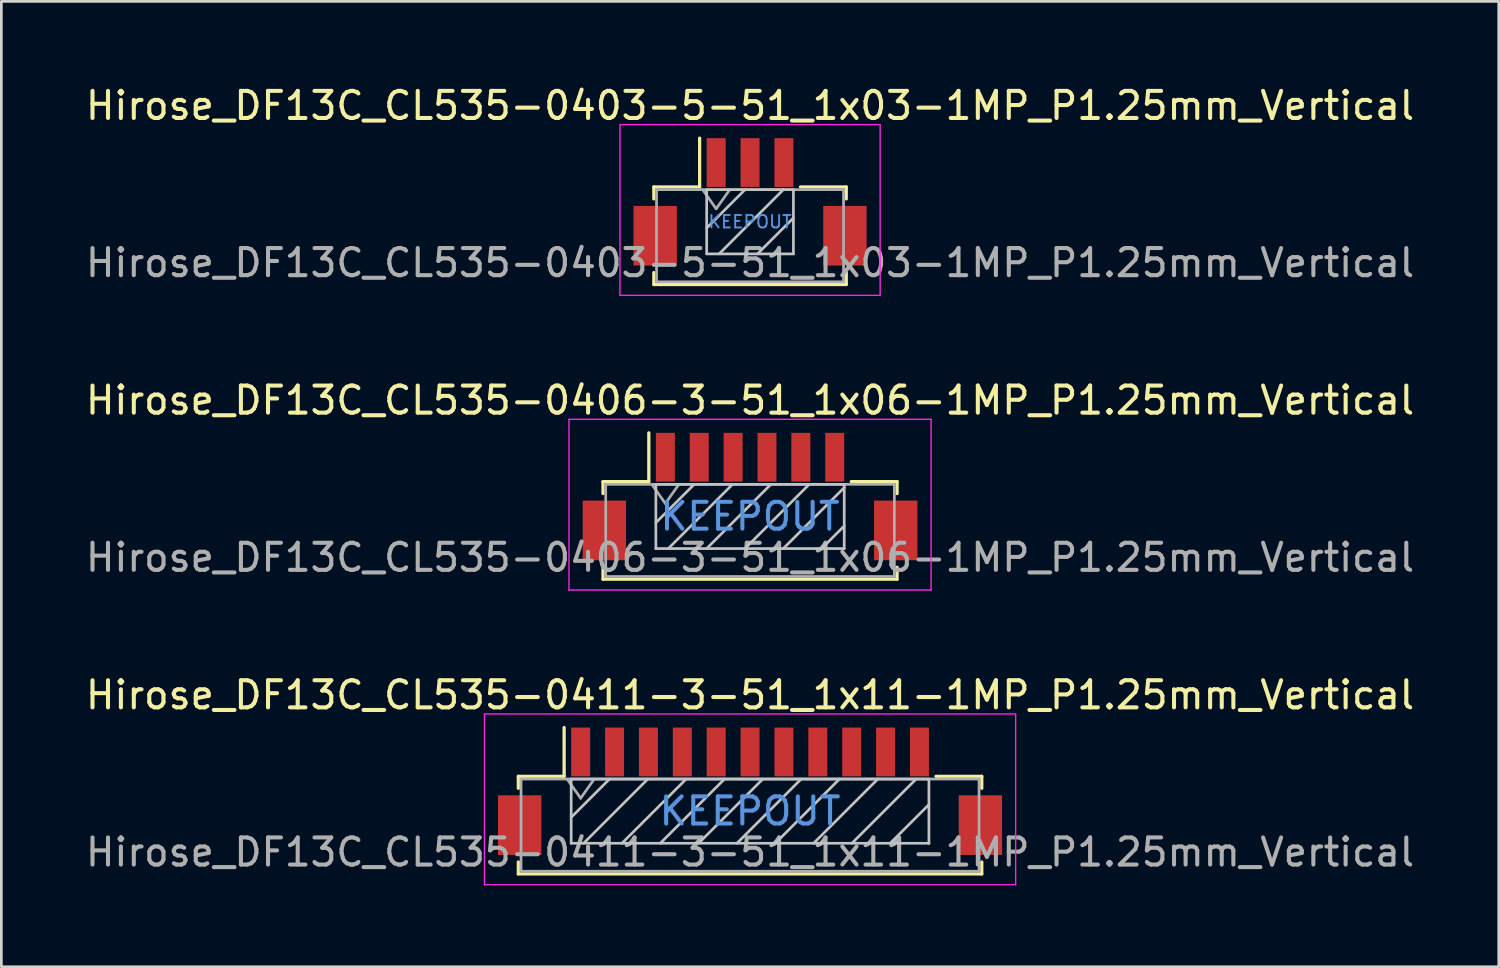
<source format=kicad_pcb>
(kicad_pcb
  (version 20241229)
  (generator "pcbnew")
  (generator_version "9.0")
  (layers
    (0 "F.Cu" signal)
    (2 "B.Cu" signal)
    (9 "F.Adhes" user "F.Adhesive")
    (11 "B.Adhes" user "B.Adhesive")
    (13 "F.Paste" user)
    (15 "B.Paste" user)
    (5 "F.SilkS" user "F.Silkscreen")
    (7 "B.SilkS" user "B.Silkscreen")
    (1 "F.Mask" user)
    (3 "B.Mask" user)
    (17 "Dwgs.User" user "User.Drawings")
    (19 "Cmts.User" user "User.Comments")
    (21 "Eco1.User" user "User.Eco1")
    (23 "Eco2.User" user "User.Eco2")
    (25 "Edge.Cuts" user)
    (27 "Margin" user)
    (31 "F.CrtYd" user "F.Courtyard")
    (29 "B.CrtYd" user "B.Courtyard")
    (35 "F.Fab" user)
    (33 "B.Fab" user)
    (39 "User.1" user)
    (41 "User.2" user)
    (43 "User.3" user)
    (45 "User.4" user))
  (footprint "Hirose_DF13C_CL535-0403-5-51_1x03-1MP_P1.25mm_Vertical"
    (layer "F.Cu")
    (at 24.625 4.398)
    (property "Reference" "Hirose_DF13C_CL535-0403-5-51_1x03-1MP_P1.25mm_Vertical" (at 0 -3.55 0) (layer "F.SilkS") (effects (font (size 1 1) (thickness 0.15))))
    (attr smd)
    (fp_line (start -3.55 -0.55) (end -3.55 -0.11) (stroke (width 0.12) (type solid)) (layer "F.SilkS"))
    (fp_line (start -3.55 2.61) (end -3.55 3.05) (stroke (width 0.12) (type solid)) (layer "F.SilkS"))
    (fp_line (start -3.55 3.05) (end 3.55 3.05) (stroke (width 0.12) (type solid)) (layer "F.SilkS"))
    (fp_line (start -1.86 -0.55) (end -3.55 -0.55) (stroke (width 0.12) (type solid)) (layer "F.SilkS"))
    (fp_line (start -1.86 -0.55) (end -1.86 -2.35) (stroke (width 0.12) (type solid)) (layer "F.SilkS"))
    (fp_line (start 1.86 -0.55) (end 3.55 -0.55) (stroke (width 0.12) (type solid)) (layer "F.SilkS"))
    (fp_line (start 3.55 -0.55) (end 3.55 -0.11) (stroke (width 0.12) (type solid)) (layer "F.SilkS"))
    (fp_line (start 3.55 3.05) (end 3.55 2.61) (stroke (width 0.12) (type solid)) (layer "F.SilkS"))
    (fp_line (start -1.6 -0.45) (end -1.6 1.92) (stroke (width 0.1) (type solid)) (layer "Dwgs.User"))
    (fp_line (start -1.6 1.92) (end 1.6 1.92) (stroke (width 0.1) (type solid)) (layer "Dwgs.User"))
    (fp_line (start -0.186 -0.45) (end -1.6 0.964) (stroke (width 0.1) (type solid)) (layer "Dwgs.User"))
    (fp_line (start 1.228 -0.45) (end -1.142 1.92) (stroke (width 0.1) (type solid)) (layer "Dwgs.User"))
    (fp_line (start 1.6 -0.45) (end -1.6 -0.45) (stroke (width 0.1) (type solid)) (layer "Dwgs.User"))
    (fp_line (start 1.6 0.593) (end 0.273 1.92) (stroke (width 0.1) (type solid)) (layer "Dwgs.User"))
    (fp_line (start 1.6 1.92) (end 1.6 -0.45) (stroke (width 0.1) (type solid)) (layer "Dwgs.User"))
    (fp_line (start -4.8 -2.85) (end -4.8 3.45) (stroke (width 0.05) (type solid)) (layer "F.CrtYd"))
    (fp_line (start -4.8 3.45) (end 4.8 3.45) (stroke (width 0.05) (type solid)) (layer "F.CrtYd"))
    (fp_line (start 4.8 -2.85) (end -4.8 -2.85) (stroke (width 0.05) (type solid)) (layer "F.CrtYd"))
    (fp_line (start 4.8 3.45) (end 4.8 -2.85) (stroke (width 0.05) (type solid)) (layer "F.CrtYd"))
    (fp_line (start -3.45 -0.45) (end -3.45 2.95) (stroke (width 0.1) (type solid)) (layer "F.Fab"))
    (fp_line (start -3.45 2.95) (end 3.45 2.95) (stroke (width 0.1) (type solid)) (layer "F.Fab"))
    (fp_line (start -1.75 -0.45) (end -1.25 0.257) (stroke (width 0.1) (type solid)) (layer "F.Fab"))
    (fp_line (start -1.25 0.257) (end -0.75 -0.45) (stroke (width 0.1) (type solid)) (layer "F.Fab"))
    (fp_line (start 3.45 -0.45) (end -3.45 -0.45) (stroke (width 0.1) (type solid)) (layer "F.Fab"))
    (fp_line (start 3.45 2.95) (end 3.45 -0.45) (stroke (width 0.1) (type solid)) (layer "F.Fab"))
    (fp_text user "KEEPOUT" (at 0 0.735 0) (layer "Cmts.User") (effects (font (size 0.46 0.46) (thickness 0.069))))
    (fp_text user "${REFERENCE}" (at 0 2.25 0) (layer "F.Fab") (effects (font (size 1 1) (thickness 0.15))))
    (pad "1" smd rect (at -1.25 -1.45) (size 0.7 1.8) (layers "F.Cu" "F.Mask" "F.Paste"))
    (pad "2" smd rect (at 0 -1.45) (size 0.7 1.8) (layers "F.Cu" "F.Mask" "F.Paste"))
    (pad "3" smd rect (at 1.25 -1.45) (size 0.7 1.8) (layers "F.Cu" "F.Mask" "F.Paste"))
    (pad "MP" smd rect (at -3.5 1.25) (size 1.6 2.2) (layers "F.Cu" "F.Mask" "F.Paste"))
    (pad "MP" smd rect (at 3.5 1.25) (size 1.6 2.2) (layers "F.Cu" "F.Mask" "F.Paste")))
  (footprint "Hirose_DF13C_CL535-0406-3-51_1x06-1MP_P1.25mm_Vertical"
    (layer "F.Cu")
    (at 24.625 15.271)
    (property "Reference" "Hirose_DF13C_CL535-0406-3-51_1x06-1MP_P1.25mm_Vertical" (at 0 -3.55 0) (layer "F.SilkS") (effects (font (size 1 1) (thickness 0.15))))
    (attr smd)
    (fp_line (start -5.425 -0.55) (end -5.425 -0.11) (stroke (width 0.12) (type solid)) (layer "F.SilkS"))
    (fp_line (start -5.425 2.61) (end -5.425 3.05) (stroke (width 0.12) (type solid)) (layer "F.SilkS"))
    (fp_line (start -5.425 3.05) (end 5.425 3.05) (stroke (width 0.12) (type solid)) (layer "F.SilkS"))
    (fp_line (start -3.735 -0.55) (end -5.425 -0.55) (stroke (width 0.12) (type solid)) (layer "F.SilkS"))
    (fp_line (start -3.735 -0.55) (end -3.735 -2.35) (stroke (width 0.12) (type solid)) (layer "F.SilkS"))
    (fp_line (start 3.735 -0.55) (end 5.425 -0.55) (stroke (width 0.12) (type solid)) (layer "F.SilkS"))
    (fp_line (start 5.425 -0.55) (end 5.425 -0.11) (stroke (width 0.12) (type solid)) (layer "F.SilkS"))
    (fp_line (start 5.425 3.05) (end 5.425 2.61) (stroke (width 0.12) (type solid)) (layer "F.SilkS"))
    (fp_line (start -3.475 -0.45) (end -3.475 1.92) (stroke (width 0.1) (type solid)) (layer "Dwgs.User"))
    (fp_line (start -3.475 1.92) (end 3.475 1.92) (stroke (width 0.1) (type solid)) (layer "Dwgs.User"))
    (fp_line (start -2.061 -0.45) (end -3.475 0.964) (stroke (width 0.1) (type solid)) (layer "Dwgs.User"))
    (fp_line (start -0.647 -0.45) (end -3.017 1.92) (stroke (width 0.1) (type solid)) (layer "Dwgs.User"))
    (fp_line (start 0.768 -0.45) (end -1.602 1.92) (stroke (width 0.1) (type solid)) (layer "Dwgs.User"))
    (fp_line (start 2.182 -0.45) (end -0.188 1.92) (stroke (width 0.1) (type solid)) (layer "Dwgs.User"))
    (fp_line (start 3.475 -0.45) (end -3.475 -0.45) (stroke (width 0.1) (type solid)) (layer "Dwgs.User"))
    (fp_line (start 3.475 -0.329) (end 1.226 1.92) (stroke (width 0.1) (type solid)) (layer "Dwgs.User"))
    (fp_line (start 3.475 1.085) (end 2.64 1.92) (stroke (width 0.1) (type solid)) (layer "Dwgs.User"))
    (fp_line (start 3.475 1.92) (end 3.475 -0.45) (stroke (width 0.1) (type solid)) (layer "Dwgs.User"))
    (fp_line (start -6.68 -2.85) (end -6.68 3.45) (stroke (width 0.05) (type solid)) (layer "F.CrtYd"))
    (fp_line (start -6.68 3.45) (end 6.68 3.45) (stroke (width 0.05) (type solid)) (layer "F.CrtYd"))
    (fp_line (start 6.68 -2.85) (end -6.68 -2.85) (stroke (width 0.05) (type solid)) (layer "F.CrtYd"))
    (fp_line (start 6.68 3.45) (end 6.68 -2.85) (stroke (width 0.05) (type solid)) (layer "F.CrtYd"))
    (fp_line (start -5.325 -0.45) (end -5.325 2.95) (stroke (width 0.1) (type solid)) (layer "F.Fab"))
    (fp_line (start -5.325 2.95) (end 5.325 2.95) (stroke (width 0.1) (type solid)) (layer "F.Fab"))
    (fp_line (start -3.625 -0.45) (end -3.125 0.257) (stroke (width 0.1) (type solid)) (layer "F.Fab"))
    (fp_line (start -3.125 0.257) (end -2.625 -0.45) (stroke (width 0.1) (type solid)) (layer "F.Fab"))
    (fp_line (start 5.325 -0.45) (end -5.325 -0.45) (stroke (width 0.1) (type solid)) (layer "F.Fab"))
    (fp_line (start 5.325 2.95) (end 5.325 -0.45) (stroke (width 0.1) (type solid)) (layer "F.Fab"))
    (fp_text user "KEEPOUT" (at 0 0.735 0) (layer "Cmts.User") (effects (font (size 0.99 0.99) (thickness 0.148))))
    (fp_text user "${REFERENCE}" (at 0 2.25 0) (layer "F.Fab") (effects (font (size 1 1) (thickness 0.15))))
    (pad "1" smd rect (at -3.125 -1.45) (size 0.7 1.8) (layers "F.Cu" "F.Mask" "F.Paste"))
    (pad "2" smd rect (at -1.875 -1.45) (size 0.7 1.8) (layers "F.Cu" "F.Mask" "F.Paste"))
    (pad "3" smd rect (at -0.625 -1.45) (size 0.7 1.8) (layers "F.Cu" "F.Mask" "F.Paste"))
    (pad "4" smd rect (at 0.625 -1.45) (size 0.7 1.8) (layers "F.Cu" "F.Mask" "F.Paste"))
    (pad "5" smd rect (at 1.875 -1.45) (size 0.7 1.8) (layers "F.Cu" "F.Mask" "F.Paste"))
    (pad "6" smd rect (at 3.125 -1.45) (size 0.7 1.8) (layers "F.Cu" "F.Mask" "F.Paste"))
    (pad "MP" smd rect (at -5.375 1.25) (size 1.6 2.2) (layers "F.Cu" "F.Mask" "F.Paste"))
    (pad "MP" smd rect (at 5.375 1.25) (size 1.6 2.2) (layers "F.Cu" "F.Mask" "F.Paste")))
  (footprint "Hirose_DF13C_CL535-0411-3-51_1x11-1MP_P1.25mm_Vertical"
    (layer "F.Cu")
    (at 24.625 26.145)
    (property "Reference" "Hirose_DF13C_CL535-0411-3-51_1x11-1MP_P1.25mm_Vertical" (at 0 -3.55 0) (layer "F.SilkS") (effects (font (size 1 1) (thickness 0.15))))
    (attr smd)
    (fp_line (start -8.55 -0.55) (end -8.55 -0.11) (stroke (width 0.12) (type solid)) (layer "F.SilkS"))
    (fp_line (start -8.55 2.61) (end -8.55 3.05) (stroke (width 0.12) (type solid)) (layer "F.SilkS"))
    (fp_line (start -8.55 3.05) (end 8.55 3.05) (stroke (width 0.12) (type solid)) (layer "F.SilkS"))
    (fp_line (start -6.86 -0.55) (end -8.55 -0.55) (stroke (width 0.12) (type solid)) (layer "F.SilkS"))
    (fp_line (start -6.86 -0.55) (end -6.86 -2.35) (stroke (width 0.12) (type solid)) (layer "F.SilkS"))
    (fp_line (start 6.86 -0.55) (end 8.55 -0.55) (stroke (width 0.12) (type solid)) (layer "F.SilkS"))
    (fp_line (start 8.55 -0.55) (end 8.55 -0.11) (stroke (width 0.12) (type solid)) (layer "F.SilkS"))
    (fp_line (start 8.55 3.05) (end 8.55 2.61) (stroke (width 0.12) (type solid)) (layer "F.SilkS"))
    (fp_line (start -6.6 -0.45) (end -6.6 1.92) (stroke (width 0.1) (type solid)) (layer "Dwgs.User"))
    (fp_line (start -6.6 1.92) (end 6.6 1.92) (stroke (width 0.1) (type solid)) (layer "Dwgs.User"))
    (fp_line (start -5.186 -0.45) (end -6.6 0.964) (stroke (width 0.1) (type solid)) (layer "Dwgs.User"))
    (fp_line (start -3.772 -0.45) (end -6.142 1.92) (stroke (width 0.1) (type solid)) (layer "Dwgs.User"))
    (fp_line (start -2.357 -0.45) (end -4.727 1.92) (stroke (width 0.1) (type solid)) (layer "Dwgs.User"))
    (fp_line (start -0.943 -0.45) (end -3.313 1.92) (stroke (width 0.1) (type solid)) (layer "Dwgs.User"))
    (fp_line (start 0.471 -0.45) (end -1.899 1.92) (stroke (width 0.1) (type solid)) (layer "Dwgs.User"))
    (fp_line (start 1.885 -0.45) (end -0.485 1.92) (stroke (width 0.1) (type solid)) (layer "Dwgs.User"))
    (fp_line (start 3.299 -0.45) (end 0.929 1.92) (stroke (width 0.1) (type solid)) (layer "Dwgs.User"))
    (fp_line (start 4.714 -0.45) (end 2.344 1.92) (stroke (width 0.1) (type solid)) (layer "Dwgs.User"))
    (fp_line (start 6.128 -0.45) (end 3.758 1.92) (stroke (width 0.1) (type solid)) (layer "Dwgs.User"))
    (fp_line (start 6.6 -0.45) (end -6.6 -0.45) (stroke (width 0.1) (type solid)) (layer "Dwgs.User"))
    (fp_line (start 6.6 0.492) (end 5.172 1.92) (stroke (width 0.1) (type solid)) (layer "Dwgs.User"))
    (fp_line (start 6.6 1.906) (end 6.586 1.92) (stroke (width 0.1) (type solid)) (layer "Dwgs.User"))
    (fp_line (start 6.6 1.92) (end 6.6 -0.45) (stroke (width 0.1) (type solid)) (layer "Dwgs.User"))
    (fp_line (start -9.8 -2.85) (end -9.8 3.45) (stroke (width 0.05) (type solid)) (layer "F.CrtYd"))
    (fp_line (start -9.8 3.45) (end 9.8 3.45) (stroke (width 0.05) (type solid)) (layer "F.CrtYd"))
    (fp_line (start 9.8 -2.85) (end -9.8 -2.85) (stroke (width 0.05) (type solid)) (layer "F.CrtYd"))
    (fp_line (start 9.8 3.45) (end 9.8 -2.85) (stroke (width 0.05) (type solid)) (layer "F.CrtYd"))
    (fp_line (start -8.45 -0.45) (end -8.45 2.95) (stroke (width 0.1) (type solid)) (layer "F.Fab"))
    (fp_line (start -8.45 2.95) (end 8.45 2.95) (stroke (width 0.1) (type solid)) (layer "F.Fab"))
    (fp_line (start -6.75 -0.45) (end -6.25 0.257) (stroke (width 0.1) (type solid)) (layer "F.Fab"))
    (fp_line (start -6.25 0.257) (end -5.75 -0.45) (stroke (width 0.1) (type solid)) (layer "F.Fab"))
    (fp_line (start 8.45 -0.45) (end -8.45 -0.45) (stroke (width 0.1) (type solid)) (layer "F.Fab"))
    (fp_line (start 8.45 2.95) (end 8.45 -0.45) (stroke (width 0.1) (type solid)) (layer "F.Fab"))
    (fp_text user "KEEPOUT" (at 0 0.735 0) (layer "Cmts.User") (effects (font (size 1 1) (thickness 0.15))))
    (fp_text user "${REFERENCE}" (at 0 2.25 0) (layer "F.Fab") (effects (font (size 1 1) (thickness 0.15))))
    (pad "1" smd rect (at -6.25 -1.45) (size 0.7 1.8) (layers "F.Cu" "F.Mask" "F.Paste"))
    (pad "2" smd rect (at -5 -1.45) (size 0.7 1.8) (layers "F.Cu" "F.Mask" "F.Paste"))
    (pad "3" smd rect (at -3.75 -1.45) (size 0.7 1.8) (layers "F.Cu" "F.Mask" "F.Paste"))
    (pad "4" smd rect (at -2.5 -1.45) (size 0.7 1.8) (layers "F.Cu" "F.Mask" "F.Paste"))
    (pad "5" smd rect (at -1.25 -1.45) (size 0.7 1.8) (layers "F.Cu" "F.Mask" "F.Paste"))
    (pad "6" smd rect (at 0 -1.45) (size 0.7 1.8) (layers "F.Cu" "F.Mask" "F.Paste"))
    (pad "7" smd rect (at 1.25 -1.45) (size 0.7 1.8) (layers "F.Cu" "F.Mask" "F.Paste"))
    (pad "8" smd rect (at 2.5 -1.45) (size 0.7 1.8) (layers "F.Cu" "F.Mask" "F.Paste"))
    (pad "9" smd rect (at 3.75 -1.45) (size 0.7 1.8) (layers "F.Cu" "F.Mask" "F.Paste"))
    (pad "10" smd rect (at 5 -1.45) (size 0.7 1.8) (layers "F.Cu" "F.Mask" "F.Paste"))
    (pad "11" smd rect (at 6.25 -1.45) (size 0.7 1.8) (layers "F.Cu" "F.Mask" "F.Paste"))
    (pad "MP" smd rect (at -8.5 1.25) (size 1.6 2.2) (layers "F.Cu" "F.Mask" "F.Paste"))
    (pad "MP" smd rect (at 8.5 1.25) (size 1.6 2.2) (layers "F.Cu" "F.Mask" "F.Paste")))
  (gr_rect
    (start -3 -3)
    (end 52.25 32.62)
    (stroke (width 0.1) (type default))
    (fill no)
    (layer "Edge.Cuts")))
</source>
